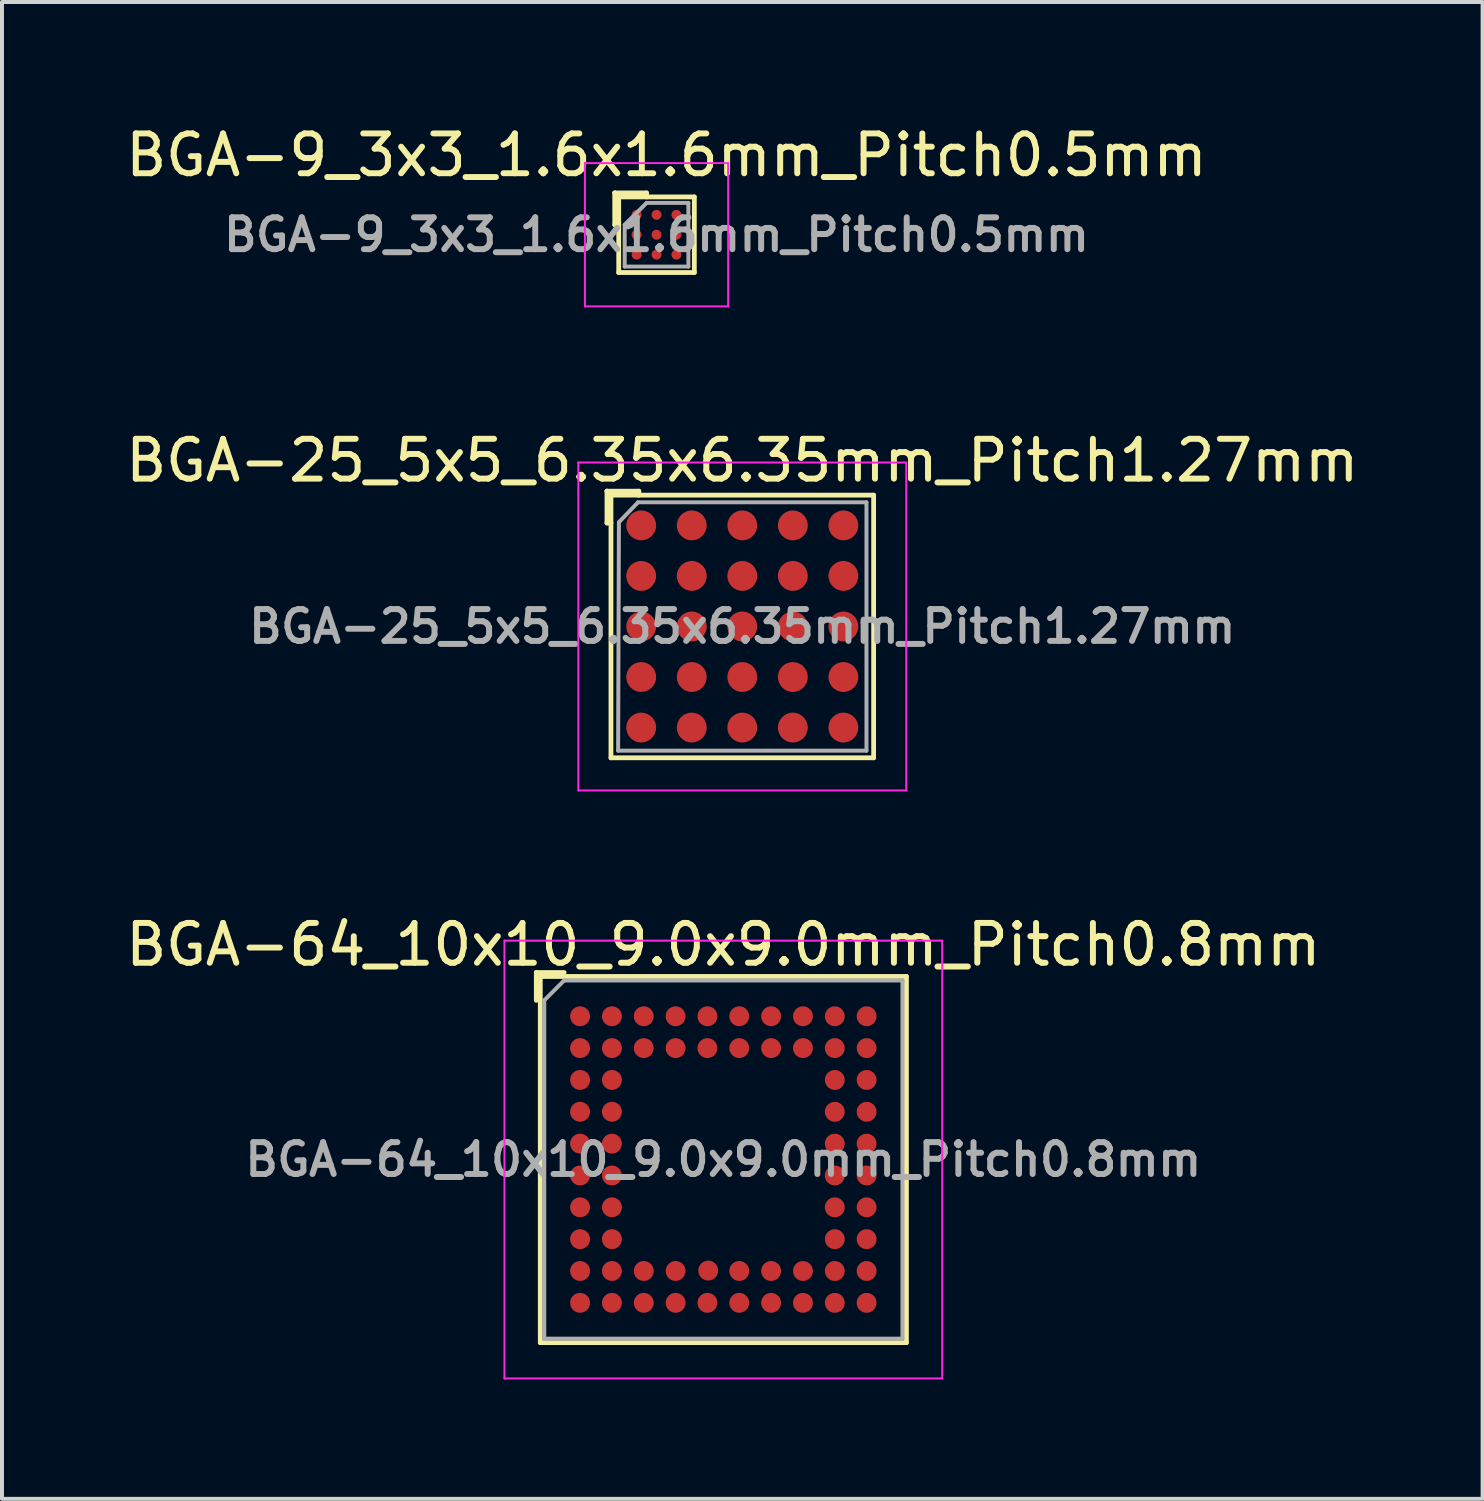
<source format=kicad_pcb>
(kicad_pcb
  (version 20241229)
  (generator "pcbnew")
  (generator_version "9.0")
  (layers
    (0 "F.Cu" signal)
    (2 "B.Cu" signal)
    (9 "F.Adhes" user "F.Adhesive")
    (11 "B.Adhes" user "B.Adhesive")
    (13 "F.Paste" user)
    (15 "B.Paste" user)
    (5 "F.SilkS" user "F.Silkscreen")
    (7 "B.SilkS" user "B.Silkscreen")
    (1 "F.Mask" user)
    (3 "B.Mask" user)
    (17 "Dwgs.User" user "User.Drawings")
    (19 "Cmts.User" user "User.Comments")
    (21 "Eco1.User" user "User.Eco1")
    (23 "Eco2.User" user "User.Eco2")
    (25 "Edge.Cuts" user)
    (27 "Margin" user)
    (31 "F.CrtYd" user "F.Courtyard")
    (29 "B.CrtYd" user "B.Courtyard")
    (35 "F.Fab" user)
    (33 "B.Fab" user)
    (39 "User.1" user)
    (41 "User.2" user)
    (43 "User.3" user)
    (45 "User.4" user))
  (footprint "BGA-9_3x3_1.6x1.6mm_Pitch0.5mm"
    (layer "F.Cu")
    (at 13.446 2.848)
    (property "Reference" "BGA-9_3x3_1.6x1.6mm_Pitch0.5mm" (at 0.25 -2 0) (layer "F.SilkS") (effects (font (size 1 1) (thickness 0.15))))
    (attr smd)
    (fp_line (start -1.05 -1.05) (end -1.05 -0.25) (stroke (width 0.12) (type solid)) (layer "F.SilkS"))
    (fp_line (start -1.05 -1.05) (end -0.25 -1.05) (stroke (width 0.12) (type solid)) (layer "F.SilkS"))
    (fp_line (start -1.05 -0.25) (end -0.95 -0.25) (stroke (width 0.12) (type solid)) (layer "F.SilkS"))
    (fp_line (start -0.95 -0.95) (end -1.05 -1.05) (stroke (width 0.12) (type solid)) (layer "F.SilkS"))
    (fp_line (start -0.95 -0.95) (end -0.95 0.95) (stroke (width 0.12) (type solid)) (layer "F.SilkS"))
    (fp_line (start -0.95 0.95) (end 0.95 0.95) (stroke (width 0.12) (type solid)) (layer "F.SilkS"))
    (fp_line (start -0.25 -0.95) (end -0.25 -1.05) (stroke (width 0.12) (type solid)) (layer "F.SilkS"))
    (fp_line (start 0.95 -0.95) (end -0.95 -0.95) (stroke (width 0.12) (type solid)) (layer "F.SilkS"))
    (fp_line (start 0.95 0.95) (end 0.95 -0.95) (stroke (width 0.12) (type solid)) (layer "F.SilkS"))
    (fp_line (start -1.8 -1.8) (end -1.8 1.8) (stroke (width 0.05) (type solid)) (layer "F.CrtYd"))
    (fp_line (start -1.8 -1.8) (end 1.8 -1.8) (stroke (width 0.05) (type solid)) (layer "F.CrtYd"))
    (fp_line (start 1.8 1.8) (end -1.8 1.8) (stroke (width 0.05) (type solid)) (layer "F.CrtYd"))
    (fp_line (start 1.8 1.8) (end 1.8 -1.8) (stroke (width 0.05) (type solid)) (layer "F.CrtYd"))
    (fp_line (start -0.8 -0.25) (end -0.25 -0.8) (stroke (width 0.1) (type solid)) (layer "F.Fab"))
    (fp_line (start -0.8 0.8) (end -0.8 -0.25) (stroke (width 0.1) (type solid)) (layer "F.Fab"))
    (fp_line (start -0.25 -0.8) (end 0.8 -0.8) (stroke (width 0.1) (type solid)) (layer "F.Fab"))
    (fp_line (start 0.8 -0.8) (end 0.8 0.8) (stroke (width 0.1) (type solid)) (layer "F.Fab"))
    (fp_line (start 0.8 0.8) (end -0.8 0.8) (stroke (width 0.1) (type solid)) (layer "F.Fab"))
    (fp_text user "${REFERENCE}" (at 0 0 0) (layer "F.Fab") (effects (font (size 0.8 0.8) (thickness 0.15))))
    (pad "A1" smd circle (at -0.5 -0.5) (size 0.25 0.25) (layers "F.Cu" "F.Mask" "F.Paste"))
    (pad "A2" smd circle (at 0 -0.5) (size 0.25 0.25) (layers "F.Cu" "F.Mask" "F.Paste"))
    (pad "A3" smd circle (at 0.5 -0.5) (size 0.25 0.25) (layers "F.Cu" "F.Mask" "F.Paste"))
    (pad "B1" smd circle (at -0.5 0) (size 0.25 0.25) (layers "F.Cu" "F.Mask" "F.Paste"))
    (pad "B2" smd circle (at 0 0) (size 0.25 0.25) (layers "F.Cu" "F.Mask" "F.Paste"))
    (pad "B3" smd circle (at 0.5 0) (size 0.25 0.25) (layers "F.Cu" "F.Mask" "F.Paste"))
    (pad "C1" smd circle (at -0.5 0.5) (size 0.25 0.25) (layers "F.Cu" "F.Mask" "F.Paste"))
    (pad "C2" smd circle (at 0 0.5) (size 0.25 0.25) (layers "F.Cu" "F.Mask" "F.Paste"))
    (pad "C3" smd circle (at 0.5 0.5) (size 0.25 0.25) (layers "F.Cu" "F.Mask" "F.Paste")))
  (footprint "BGA-64_10x10_9.0x9.0mm_Pitch0.8mm"
    (layer "F.Cu")
    (at 15.125 26.085)
    (property "Reference" "BGA-64_10x10_9.0x9.0mm_Pitch0.8mm" (at 0 -5.4 0) (layer "F.SilkS") (effects (font (size 1 1) (thickness 0.15))))
    (attr smd)
    (fp_line (start -4.7 -4.7) (end -4 -4.7) (stroke (width 0.12) (type solid)) (layer "F.SilkS"))
    (fp_line (start -4.7 -4) (end -4.7 -4.7) (stroke (width 0.12) (type solid)) (layer "F.SilkS"))
    (fp_line (start -4.6 -4.6) (end -4.6 4.6) (stroke (width 0.12) (type solid)) (layer "F.SilkS"))
    (fp_line (start -4.6 4.6) (end 4.6 4.6) (stroke (width 0.12) (type solid)) (layer "F.SilkS"))
    (fp_line (start 4.6 -4.6) (end -4.6 -4.6) (stroke (width 0.12) (type solid)) (layer "F.SilkS"))
    (fp_line (start 4.6 4.6) (end 4.6 -4.6) (stroke (width 0.12) (type solid)) (layer "F.SilkS"))
    (fp_line (start -5.5 -5.5) (end -5.5 5.5) (stroke (width 0.05) (type solid)) (layer "F.CrtYd"))
    (fp_line (start -5.5 -5.5) (end 5.5 -5.5) (stroke (width 0.05) (type solid)) (layer "F.CrtYd"))
    (fp_line (start 5.5 5.5) (end -5.5 5.5) (stroke (width 0.05) (type solid)) (layer "F.CrtYd"))
    (fp_line (start 5.5 5.5) (end 5.5 -5.5) (stroke (width 0.05) (type solid)) (layer "F.CrtYd"))
    (fp_line (start -4.5 -4) (end -4.5 4.5) (stroke (width 0.1) (type solid)) (layer "F.Fab"))
    (fp_line (start -4.5 4.5) (end 4.5 4.5) (stroke (width 0.1) (type solid)) (layer "F.Fab"))
    (fp_line (start -4 -4.5) (end -4.5 -4) (stroke (width 0.1) (type solid)) (layer "F.Fab"))
    (fp_line (start 4.5 -4.5) (end -4 -4.5) (stroke (width 0.1) (type solid)) (layer "F.Fab"))
    (fp_line (start 4.5 4.5) (end 4.5 -4.5) (stroke (width 0.1) (type solid)) (layer "F.Fab"))
    (fp_text user "${REFERENCE}" (at 0 0 0) (layer "F.Fab") (effects (font (size 0.8 0.8) (thickness 0.15))))
    (pad "A1" smd circle (at -3.6 -3.6) (size 0.5 0.5) (layers "F.Cu" "F.Mask" "F.Paste"))
    (pad "A2" smd circle (at -2.8 -3.6) (size 0.5 0.5) (layers "F.Cu" "F.Mask" "F.Paste"))
    (pad "A3" smd circle (at -2 -3.6) (size 0.5 0.5) (layers "F.Cu" "F.Mask" "F.Paste"))
    (pad "A4" smd circle (at -1.2 -3.6) (size 0.5 0.5) (layers "F.Cu" "F.Mask" "F.Paste"))
    (pad "A5" smd circle (at -0.4 -3.6) (size 0.5 0.5) (layers "F.Cu" "F.Mask" "F.Paste"))
    (pad "A6" smd circle (at 0.4 -3.6) (size 0.5 0.5) (layers "F.Cu" "F.Mask" "F.Paste"))
    (pad "A7" smd circle (at 1.2 -3.6) (size 0.5 0.5) (layers "F.Cu" "F.Mask" "F.Paste"))
    (pad "A8" smd circle (at 2 -3.6) (size 0.5 0.5) (layers "F.Cu" "F.Mask" "F.Paste"))
    (pad "A9" smd circle (at 2.8 -3.6) (size 0.5 0.5) (layers "F.Cu" "F.Mask" "F.Paste"))
    (pad "A10" smd circle (at 3.6 -3.6) (size 0.5 0.5) (layers "F.Cu" "F.Mask" "F.Paste"))
    (pad "B1" smd circle (at -3.6 -2.8) (size 0.5 0.5) (layers "F.Cu" "F.Mask" "F.Paste"))
    (pad "B2" smd circle (at -2.8 -2.8) (size 0.5 0.5) (layers "F.Cu" "F.Mask" "F.Paste"))
    (pad "B3" smd circle (at -2 -2.8) (size 0.5 0.5) (layers "F.Cu" "F.Mask" "F.Paste"))
    (pad "B4" smd circle (at -1.2 -2.8) (size 0.5 0.5) (layers "F.Cu" "F.Mask" "F.Paste"))
    (pad "B5" smd circle (at -0.4 -2.8) (size 0.5 0.5) (layers "F.Cu" "F.Mask" "F.Paste"))
    (pad "B6" smd circle (at 0.4 -2.8) (size 0.5 0.5) (layers "F.Cu" "F.Mask" "F.Paste"))
    (pad "B7" smd circle (at 1.2 -2.8) (size 0.5 0.5) (layers "F.Cu" "F.Mask" "F.Paste"))
    (pad "B8" smd circle (at 2 -2.8) (size 0.5 0.5) (layers "F.Cu" "F.Mask" "F.Paste"))
    (pad "B9" smd circle (at 2.8 -2.8) (size 0.5 0.5) (layers "F.Cu" "F.Mask" "F.Paste"))
    (pad "B10" smd circle (at 3.6 -2.8) (size 0.5 0.5) (layers "F.Cu" "F.Mask" "F.Paste"))
    (pad "C1" smd circle (at -3.6 -2) (size 0.5 0.5) (layers "F.Cu" "F.Mask" "F.Paste"))
    (pad "C2" smd circle (at -2.8 -2) (size 0.5 0.5) (layers "F.Cu" "F.Mask" "F.Paste"))
    (pad "C9" smd circle (at 2.8 -2) (size 0.5 0.5) (layers "F.Cu" "F.Mask" "F.Paste"))
    (pad "C10" smd circle (at 3.6 -2) (size 0.5 0.5) (layers "F.Cu" "F.Mask" "F.Paste"))
    (pad "D1" smd circle (at -3.6 -1.2) (size 0.5 0.5) (layers "F.Cu" "F.Mask" "F.Paste"))
    (pad "D2" smd circle (at -2.8 -1.2) (size 0.5 0.5) (layers "F.Cu" "F.Mask" "F.Paste"))
    (pad "D9" smd circle (at 2.8 -1.2) (size 0.5 0.5) (layers "F.Cu" "F.Mask" "F.Paste"))
    (pad "D10" smd circle (at 3.6 -1.2) (size 0.5 0.5) (layers "F.Cu" "F.Mask" "F.Paste"))
    (pad "E1" smd circle (at -3.6 -0.4) (size 0.5 0.5) (layers "F.Cu" "F.Mask" "F.Paste"))
    (pad "E2" smd circle (at -2.8 -0.4) (size 0.5 0.5) (layers "F.Cu" "F.Mask" "F.Paste"))
    (pad "E9" smd circle (at 2.8 -0.4) (size 0.5 0.5) (layers "F.Cu" "F.Mask" "F.Paste"))
    (pad "E10" smd circle (at 3.6 -0.4) (size 0.5 0.5) (layers "F.Cu" "F.Mask" "F.Paste"))
    (pad "F1" smd circle (at -3.6 0.4) (size 0.5 0.5) (layers "F.Cu" "F.Mask" "F.Paste"))
    (pad "F2" smd circle (at -2.8 0.4) (size 0.5 0.5) (layers "F.Cu" "F.Mask" "F.Paste"))
    (pad "F9" smd circle (at 2.8 0.4) (size 0.5 0.5) (layers "F.Cu" "F.Mask" "F.Paste"))
    (pad "F10" smd circle (at 3.6 0.4) (size 0.5 0.5) (layers "F.Cu" "F.Mask" "F.Paste"))
    (pad "G1" smd circle (at -3.6 1.2) (size 0.5 0.5) (layers "F.Cu" "F.Mask" "F.Paste"))
    (pad "G2" smd circle (at -2.8 1.2) (size 0.5 0.5) (layers "F.Cu" "F.Mask" "F.Paste"))
    (pad "G9" smd circle (at 2.8 1.2) (size 0.5 0.5) (layers "F.Cu" "F.Mask" "F.Paste"))
    (pad "G10" smd circle (at 3.6 1.2) (size 0.5 0.5) (layers "F.Cu" "F.Mask" "F.Paste"))
    (pad "H1" smd circle (at -3.6 2) (size 0.5 0.5) (layers "F.Cu" "F.Mask" "F.Paste"))
    (pad "H2" smd circle (at -2.8 2) (size 0.5 0.5) (layers "F.Cu" "F.Mask" "F.Paste"))
    (pad "H9" smd circle (at 2.8 2) (size 0.5 0.5) (layers "F.Cu" "F.Mask" "F.Paste"))
    (pad "H10" smd circle (at 3.6 2) (size 0.5 0.5) (layers "F.Cu" "F.Mask" "F.Paste"))
    (pad "J1" smd circle (at -3.6 2.8) (size 0.5 0.5) (layers "F.Cu" "F.Mask" "F.Paste"))
    (pad "J2" smd circle (at -2.8 2.8) (size 0.5 0.5) (layers "F.Cu" "F.Mask" "F.Paste"))
    (pad "J3" smd circle (at -2 2.8) (size 0.5 0.5) (layers "F.Cu" "F.Mask" "F.Paste"))
    (pad "J4" smd circle (at -1.2 2.8) (size 0.5 0.5) (layers "F.Cu" "F.Mask" "F.Paste"))
    (pad "J5" smd circle (at -0.38 2.79) (size 0.5 0.5) (layers "F.Cu" "F.Mask" "F.Paste"))
    (pad "J6" smd circle (at 0.4 2.8) (size 0.5 0.5) (layers "F.Cu" "F.Mask" "F.Paste"))
    (pad "J7" smd circle (at 1.2 2.8) (size 0.5 0.5) (layers "F.Cu" "F.Mask" "F.Paste"))
    (pad "J8" smd circle (at 2 2.8) (size 0.5 0.5) (layers "F.Cu" "F.Mask" "F.Paste"))
    (pad "J9" smd circle (at 2.8 2.8) (size 0.5 0.5) (layers "F.Cu" "F.Mask" "F.Paste"))
    (pad "J10" smd circle (at 3.6 2.8) (size 0.5 0.5) (layers "F.Cu" "F.Mask" "F.Paste"))
    (pad "K1" smd circle (at -3.6 3.6) (size 0.5 0.5) (layers "F.Cu" "F.Mask" "F.Paste"))
    (pad "K2" smd circle (at -2.8 3.6) (size 0.5 0.5) (layers "F.Cu" "F.Mask" "F.Paste"))
    (pad "K3" smd circle (at -2 3.6) (size 0.5 0.5) (layers "F.Cu" "F.Mask" "F.Paste"))
    (pad "K4" smd circle (at -1.2 3.6) (size 0.5 0.5) (layers "F.Cu" "F.Mask" "F.Paste"))
    (pad "K5" smd circle (at -0.4 3.6) (size 0.5 0.5) (layers "F.Cu" "F.Mask" "F.Paste"))
    (pad "K6" smd circle (at 0.4 3.6) (size 0.5 0.5) (layers "F.Cu" "F.Mask" "F.Paste"))
    (pad "K7" smd circle (at 1.2 3.6) (size 0.5 0.5) (layers "F.Cu" "F.Mask" "F.Paste"))
    (pad "K8" smd circle (at 2 3.6) (size 0.5 0.5) (layers "F.Cu" "F.Mask" "F.Paste"))
    (pad "K9" smd circle (at 2.8 3.6) (size 0.5 0.5) (layers "F.Cu" "F.Mask" "F.Paste"))
    (pad "K10" smd circle (at 3.6 3.6) (size 0.5 0.5) (layers "F.Cu" "F.Mask" "F.Paste")))
  (footprint "BGA-25_5x5_6.35x6.35mm_Pitch1.27mm"
    (layer "F.Cu")
    (at 15.601 12.691)
    (property "Reference" "BGA-25_5x5_6.35x6.35mm_Pitch1.27mm" (at 0 -4.17 0) (layer "F.SilkS") (effects (font (size 1 1) (thickness 0.15))))
    (attr smd)
    (fp_line (start -3.4 -3.4) (end -3.4 -2.6) (stroke (width 0.12) (type solid)) (layer "F.SilkS"))
    (fp_line (start -3.4 -2.6) (end -3.3 -2.6) (stroke (width 0.12) (type solid)) (layer "F.SilkS"))
    (fp_line (start -3.3 -3.3) (end -3.4 -3.4) (stroke (width 0.12) (type solid)) (layer "F.SilkS"))
    (fp_line (start -3.3 -3.3) (end 3.3 -3.3) (stroke (width 0.12) (type solid)) (layer "F.SilkS"))
    (fp_line (start -3.3 3.3) (end -3.3 -3.3) (stroke (width 0.12) (type solid)) (layer "F.SilkS"))
    (fp_line (start -2.6 -3.4) (end -3.4 -3.4) (stroke (width 0.12) (type solid)) (layer "F.SilkS"))
    (fp_line (start -2.6 -3.4) (end -2.6 -3.3) (stroke (width 0.12) (type solid)) (layer "F.SilkS"))
    (fp_line (start 3.3 -3.3) (end 3.3 3.3) (stroke (width 0.12) (type solid)) (layer "F.SilkS"))
    (fp_line (start 3.3 3.3) (end -3.3 3.3) (stroke (width 0.12) (type solid)) (layer "F.SilkS"))
    (fp_line (start -4.12 -4.12) (end -4.12 4.12) (stroke (width 0.05) (type solid)) (layer "F.CrtYd"))
    (fp_line (start -4.12 -4.12) (end 4.12 -4.12) (stroke (width 0.05) (type solid)) (layer "F.CrtYd"))
    (fp_line (start 4.12 4.12) (end -4.12 4.12) (stroke (width 0.05) (type solid)) (layer "F.CrtYd"))
    (fp_line (start 4.12 4.12) (end 4.12 -4.12) (stroke (width 0.05) (type solid)) (layer "F.CrtYd"))
    (fp_line (start -3.12 3.12) (end -3.1 -2.62) (stroke (width 0.1) (type solid)) (layer "F.Fab"))
    (fp_line (start -3.1 -2.62) (end -2.62 -3.12) (stroke (width 0.1) (type solid)) (layer "F.Fab"))
    (fp_line (start -2.62 -3.12) (end 3.12 -3.12) (stroke (width 0.1) (type solid)) (layer "F.Fab"))
    (fp_line (start 3.12 -3.12) (end 3.12 3.12) (stroke (width 0.1) (type solid)) (layer "F.Fab"))
    (fp_line (start 3.12 3.12) (end -3.12 3.12) (stroke (width 0.1) (type solid)) (layer "F.Fab"))
    (fp_text user "${REFERENCE}" (at 0 0 0) (layer "F.Fab") (effects (font (size 0.8 0.8) (thickness 0.15))))
    (pad "A1" smd circle (at -2.54 -2.54) (size 0.75 0.75) (layers "F.Cu" "F.Mask" "F.Paste"))
    (pad "A2" smd circle (at -1.27 -2.54) (size 0.75 0.75) (layers "F.Cu" "F.Mask" "F.Paste"))
    (pad "A3" smd circle (at 0 -2.54) (size 0.75 0.75) (layers "F.Cu" "F.Mask" "F.Paste"))
    (pad "A4" smd circle (at 1.27 -2.54) (size 0.75 0.75) (layers "F.Cu" "F.Mask" "F.Paste"))
    (pad "A5" smd circle (at 2.54 -2.54) (size 0.75 0.75) (layers "F.Cu" "F.Mask" "F.Paste"))
    (pad "B1" smd circle (at -2.54 -1.27) (size 0.75 0.75) (layers "F.Cu" "F.Mask" "F.Paste"))
    (pad "B2" smd circle (at -1.27 -1.27) (size 0.75 0.75) (layers "F.Cu" "F.Mask" "F.Paste"))
    (pad "B3" smd circle (at 0 -1.27) (size 0.75 0.75) (layers "F.Cu" "F.Mask" "F.Paste"))
    (pad "B4" smd circle (at 1.27 -1.27) (size 0.75 0.75) (layers "F.Cu" "F.Mask" "F.Paste"))
    (pad "B5" smd circle (at 2.54 -1.27) (size 0.75 0.75) (layers "F.Cu" "F.Mask" "F.Paste"))
    (pad "C1" smd circle (at -2.54 0) (size 0.75 0.75) (layers "F.Cu" "F.Mask" "F.Paste"))
    (pad "C2" smd circle (at -1.27 0) (size 0.75 0.75) (layers "F.Cu" "F.Mask" "F.Paste"))
    (pad "C3" smd circle (at 0 0) (size 0.75 0.75) (layers "F.Cu" "F.Mask" "F.Paste"))
    (pad "C4" smd circle (at 1.27 0) (size 0.75 0.75) (layers "F.Cu" "F.Mask" "F.Paste"))
    (pad "C5" smd circle (at 2.54 0) (size 0.75 0.75) (layers "F.Cu" "F.Mask" "F.Paste"))
    (pad "D1" smd circle (at -2.54 1.27) (size 0.75 0.75) (layers "F.Cu" "F.Mask" "F.Paste"))
    (pad "D2" smd circle (at -1.27 1.27) (size 0.75 0.75) (layers "F.Cu" "F.Mask" "F.Paste"))
    (pad "D3" smd circle (at 0 1.27) (size 0.75 0.75) (layers "F.Cu" "F.Mask" "F.Paste"))
    (pad "D4" smd circle (at 1.27 1.27) (size 0.75 0.75) (layers "F.Cu" "F.Mask" "F.Paste"))
    (pad "D5" smd circle (at 2.54 1.27) (size 0.75 0.75) (layers "F.Cu" "F.Mask" "F.Paste"))
    (pad "E1" smd circle (at -2.54 2.54) (size 0.75 0.75) (layers "F.Cu" "F.Mask" "F.Paste"))
    (pad "E2" smd circle (at -1.27 2.54) (size 0.75 0.75) (layers "F.Cu" "F.Mask" "F.Paste"))
    (pad "E3" smd circle (at 0 2.54) (size 0.75 0.75) (layers "F.Cu" "F.Mask" "F.Paste"))
    (pad "E4" smd circle (at 1.27 2.54) (size 0.75 0.75) (layers "F.Cu" "F.Mask" "F.Paste"))
    (pad "E5" smd circle (at 2.54 2.54) (size 0.75 0.75) (layers "F.Cu" "F.Mask" "F.Paste")))
  (gr_rect
    (start -3 -3)
    (end 34.202 34.61)
    (stroke (width 0.1) (type default))
    (fill no)
    (layer "Edge.Cuts")))
</source>
